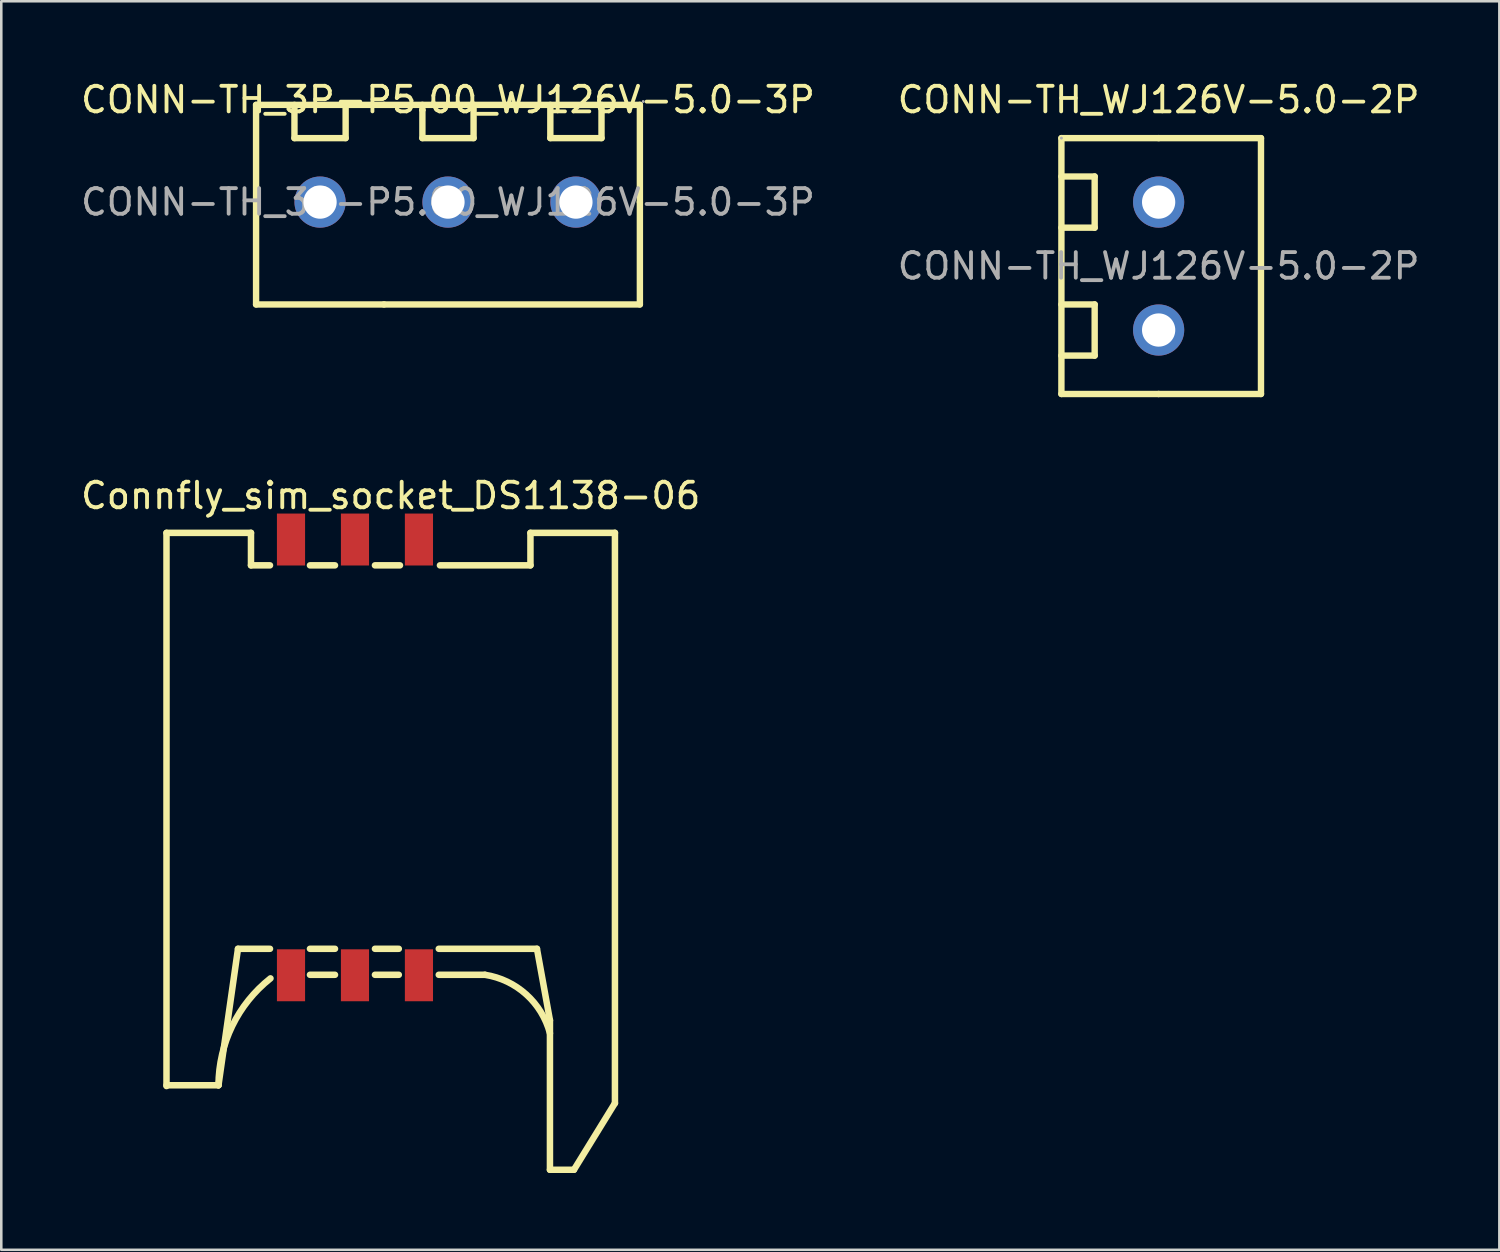
<source format=kicad_pcb>
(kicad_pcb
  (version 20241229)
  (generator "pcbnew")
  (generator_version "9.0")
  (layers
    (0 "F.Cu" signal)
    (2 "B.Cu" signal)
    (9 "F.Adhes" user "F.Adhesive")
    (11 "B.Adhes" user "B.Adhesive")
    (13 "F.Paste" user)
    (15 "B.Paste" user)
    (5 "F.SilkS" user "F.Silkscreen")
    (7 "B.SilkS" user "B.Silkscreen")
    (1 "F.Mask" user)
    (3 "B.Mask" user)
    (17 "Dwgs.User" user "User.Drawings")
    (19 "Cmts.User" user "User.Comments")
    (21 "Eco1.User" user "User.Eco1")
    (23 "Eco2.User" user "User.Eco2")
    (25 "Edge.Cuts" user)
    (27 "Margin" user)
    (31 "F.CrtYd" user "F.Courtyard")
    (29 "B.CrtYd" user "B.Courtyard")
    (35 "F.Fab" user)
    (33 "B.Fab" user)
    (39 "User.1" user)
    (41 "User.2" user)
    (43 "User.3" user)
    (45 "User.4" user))
  (footprint "CONN-TH_3P-P5.00_WJ126V-5.0-3P"
    (layer "F.Cu")
    (at 14.458 4.848)
    (property "Reference" "CONN-TH_3P-P5.00_WJ126V-5.0-3P" (at 0 -4 0) (layer "F.SilkS") (effects (font (size 1 1) (thickness 0.15))))
    (attr through_hole)
    (fp_line (start -7.5 -3.8) (end -2.5 -3.8) (stroke (width 0.25) (type solid)) (layer "F.SilkS"))
    (fp_line (start -7.5 0) (end -7.5 -3.8) (stroke (width 0.25) (type solid)) (layer "F.SilkS"))
    (fp_line (start -7.5 4) (end -7.5 0) (stroke (width 0.25) (type solid)) (layer "F.SilkS"))
    (fp_line (start -6 -2.5) (end -6 -3.8) (stroke (width 0.25) (type solid)) (layer "F.SilkS"))
    (fp_line (start -4 -3.8) (end -4 -2.5) (stroke (width 0.25) (type solid)) (layer "F.SilkS"))
    (fp_line (start -4 -2.5) (end -6 -2.5) (stroke (width 0.25) (type solid)) (layer "F.SilkS"))
    (fp_line (start -2.5 -3.8) (end 7.5 -3.8) (stroke (width 0.25) (type solid)) (layer "F.SilkS"))
    (fp_line (start -2.5 4) (end -7.5 4) (stroke (width 0.25) (type solid)) (layer "F.SilkS"))
    (fp_line (start -1 -3.8) (end -1 -2.5) (stroke (width 0.25) (type solid)) (layer "F.SilkS"))
    (fp_line (start -1 -2.5) (end 1 -2.5) (stroke (width 0.25) (type solid)) (layer "F.SilkS"))
    (fp_line (start 1 -2.5) (end 1 -3.8) (stroke (width 0.25) (type solid)) (layer "F.SilkS"))
    (fp_line (start 4 -3.8) (end 4 -2.5) (stroke (width 0.25) (type solid)) (layer "F.SilkS"))
    (fp_line (start 4 -2.5) (end 6 -2.5) (stroke (width 0.25) (type solid)) (layer "F.SilkS"))
    (fp_line (start 6 -2.5) (end 6 -3.8) (stroke (width 0.25) (type solid)) (layer "F.SilkS"))
    (fp_line (start 7.5 -3.8) (end 7.5 0) (stroke (width 0.25) (type solid)) (layer "F.SilkS"))
    (fp_line (start 7.5 0) (end 7.5 4) (stroke (width 0.25) (type solid)) (layer "F.SilkS"))
    (fp_line (start 7.5 4) (end -2.5 4) (stroke (width 0.25) (type solid)) (layer "F.SilkS"))
    (fp_circle (center -5 0) (end -4.72 0) (stroke (width 0.55) (type solid)) (fill no) (layer "F.Fab"))
    (fp_circle (center 0 0) (end 0.28 0) (stroke (width 0.55) (type solid)) (fill no) (layer "F.Fab"))
    (fp_circle (center 5 0) (end 5.28 0) (stroke (width 0.55) (type solid)) (fill no) (layer "F.Fab"))
    (fp_circle (center 7.63 -3.93) (end 7.66 -3.93) (stroke (width 0.06) (type solid)) (fill no) (layer "F.Fab"))
    (fp_text user "${REFERENCE}" (at 0 0 0) (layer "F.Fab") (effects (font (size 1 1) (thickness 0.15))))
    (pad "1" thru_hole circle (at 5 0 180) (size 2 2) (drill 1.3) (layers "*.Cu" "*.Mask"))
    (pad "2" thru_hole circle (at 0 0 180) (size 2 2) (drill 1.3) (layers "*.Cu" "*.Mask"))
    (pad "3" thru_hole circle (at -5 0 180) (size 2 2) (drill 1.3) (layers "*.Cu" "*.Mask")))
  (footprint "Connfly_sim_socket_DS1138-06"
    (layer "F.Cu")
    (at 10.823 26.551)
    (property "Reference" "Connfly_sim_socket_DS1138-06" (at 1.397 -10.23 0) (layer "F.SilkS") (effects (font (size 1 1) (thickness 0.15))))
    (fp_line (start -7.366 -8.776) (end -4.064 -8.776) (stroke (width 0.254) (type solid)) (layer "F.SilkS"))
    (fp_line (start -7.366 12.814) (end -5.334 12.814) (stroke (width 0.254) (type solid)) (layer "F.SilkS"))
    (fp_line (start -7.366 12.844) (end -7.366 -8.776) (stroke (width 0.254) (type solid)) (layer "F.SilkS"))
    (fp_line (start -5.334 12.814) (end -4.572 7.48) (stroke (width 0.254) (type solid)) (layer "F.SilkS"))
    (fp_line (start -4.572 7.48) (end -3.321 7.48) (stroke (width 0.254) (type solid)) (layer "F.SilkS"))
    (fp_line (start -4.064 -7.506) (end -4.064 -8.776) (stroke (width 0.254) (type solid)) (layer "F.SilkS"))
    (fp_line (start -4.064 -7.506) (end -3.321 -7.506) (stroke (width 0.254) (type solid)) (layer "F.SilkS"))
    (fp_line (start -1.759 -7.506) (end -0.781 -7.506) (stroke (width 0.254) (type solid)) (layer "F.SilkS"))
    (fp_line (start -1.759 7.48) (end -0.781 7.48) (stroke (width 0.254) (type solid)) (layer "F.SilkS"))
    (fp_line (start -1.759 8.496) (end -0.781 8.496) (stroke (width 0.254) (type solid)) (layer "F.SilkS"))
    (fp_line (start 0.781 -7.506) (end 1.759 -7.506) (stroke (width 0.254) (type solid)) (layer "F.SilkS"))
    (fp_line (start 0.781 7.48) (end 1.713 7.48) (stroke (width 0.254) (type solid)) (layer "F.SilkS"))
    (fp_line (start 0.781 8.496) (end 1.713 8.496) (stroke (width 0.254) (type solid)) (layer "F.SilkS"))
    (fp_line (start 3.275 7.48) (end 7.112 7.48) (stroke (width 0.254) (type solid)) (layer "F.SilkS"))
    (fp_line (start 3.275 8.496) (end 5.08 8.496) (stroke (width 0.254) (type solid)) (layer "F.SilkS"))
    (fp_line (start 3.321 -7.506) (end 6.858 -7.506) (stroke (width 0.254) (type solid)) (layer "F.SilkS"))
    (fp_line (start 6.858 -8.776) (end 10.16 -8.776) (stroke (width 0.254) (type solid)) (layer "F.SilkS"))
    (fp_line (start 6.858 -7.506) (end 6.858 -8.776) (stroke (width 0.254) (type solid)) (layer "F.SilkS"))
    (fp_line (start 7.112 7.48) (end 7.62 10.274) (stroke (width 0.254) (type solid)) (layer "F.SilkS"))
    (fp_line (start 7.62 16.116) (end 7.62 10.274) (stroke (width 0.254) (type solid)) (layer "F.SilkS"))
    (fp_line (start 7.62 16.116) (end 8.558 16.116) (stroke (width 0.254) (type solid)) (layer "F.SilkS"))
    (fp_line (start 8.558 16.116) (end 10.16 13.513) (stroke (width 0.254) (type solid)) (layer "F.SilkS"))
    (fp_line (start 10.16 13.513) (end 10.16 -8.776) (stroke (width 0.254) (type solid)) (layer "F.SilkS"))
    (fp_arc (start -5.334 12.814303) (mid -4.795358 10.493003) (end -3.301999 8.636003) (stroke (width 0.254) (type solid)) (layer "F.SilkS"))
    (fp_arc (start 5.079997 8.4963) (mid 6.690409 9.261064) (end 7.619998 10.782299) (stroke (width 0.254) (type solid)) (layer "F.SilkS"))
    (pad "A1" smd rect (at -2.5 -8.515) (size 1.1 2.03) (layers "F.Cu" "F.Mask" "F.Paste"))
    (pad "A2" smd rect (at 0 -8.515) (size 1.1 2.03) (layers "F.Cu" "F.Mask" "F.Paste"))
    (pad "A3" smd rect (at 2.5 -8.515) (size 1.1 2.03) (layers "F.Cu" "F.Mask" "F.Paste"))
    (pad "A5" smd rect (at -2.5 8.515) (size 1.1 2.03) (layers "F.Cu" "F.Mask" "F.Paste"))
    (pad "A6" smd rect (at 0 8.515) (size 1.1 2.03) (layers "F.Cu" "F.Mask" "F.Paste"))
    (pad "A7" smd rect (at 2.5 8.515) (size 1.1 2.03) (layers "F.Cu" "F.Mask" "F.Paste")))
  (footprint "CONN-TH_WJ126V-5.0-2P"
    (layer "F.Cu")
    (at 42.232 7.348)
    (property "Reference" "CONN-TH_WJ126V-5.0-2P" (at 0 -6.5 0) (layer "F.SilkS") (effects (font (size 1 1) (thickness 0.15))))
    (attr through_hole)
    (fp_line (start -3.8 -5) (end 0 -5) (stroke (width 0.25) (type solid)) (layer "F.SilkS"))
    (fp_line (start -3.8 -3.5) (end -2.5 -3.5) (stroke (width 0.25) (type solid)) (layer "F.SilkS"))
    (fp_line (start -3.8 1.5) (end -2.5 1.5) (stroke (width 0.25) (type solid)) (layer "F.SilkS"))
    (fp_line (start -3.8 5) (end -3.8 -5) (stroke (width 0.25) (type solid)) (layer "F.SilkS"))
    (fp_line (start -2.5 -3.5) (end -2.5 -1.5) (stroke (width 0.25) (type solid)) (layer "F.SilkS"))
    (fp_line (start -2.5 -1.5) (end -3.8 -1.5) (stroke (width 0.25) (type solid)) (layer "F.SilkS"))
    (fp_line (start -2.5 1.5) (end -2.5 3.5) (stroke (width 0.25) (type solid)) (layer "F.SilkS"))
    (fp_line (start -2.5 3.5) (end -3.8 3.5) (stroke (width 0.25) (type solid)) (layer "F.SilkS"))
    (fp_line (start 0 -5) (end 4 -5) (stroke (width 0.25) (type solid)) (layer "F.SilkS"))
    (fp_line (start 0 5) (end -3.8 5) (stroke (width 0.25) (type solid)) (layer "F.SilkS"))
    (fp_line (start 4 -5) (end 4 5) (stroke (width 0.25) (type solid)) (layer "F.SilkS"))
    (fp_line (start 4 5) (end 0 5) (stroke (width 0.25) (type solid)) (layer "F.SilkS"))
    (fp_circle (center -3.8 -5) (end -3.77 -5) (stroke (width 0.06) (type solid)) (fill no) (layer "F.Fab"))
    (fp_text user "${REFERENCE}" (at 0 0 0) (layer "F.Fab") (effects (font (size 1 1) (thickness 0.15))))
    (pad "1" thru_hole circle (at 0 -2.5) (size 2 2) (drill 1.3) (layers "*.Cu" "*.Mask"))
    (pad "2" thru_hole circle (at 0 2.5) (size 2 2) (drill 1.3) (layers "*.Cu" "*.Mask")))
  (gr_rect
    (start -3 -3)
    (end 55.548 45.795)
    (stroke (width 0.1) (type default))
    (fill no)
    (layer "Edge.Cuts")))
</source>
